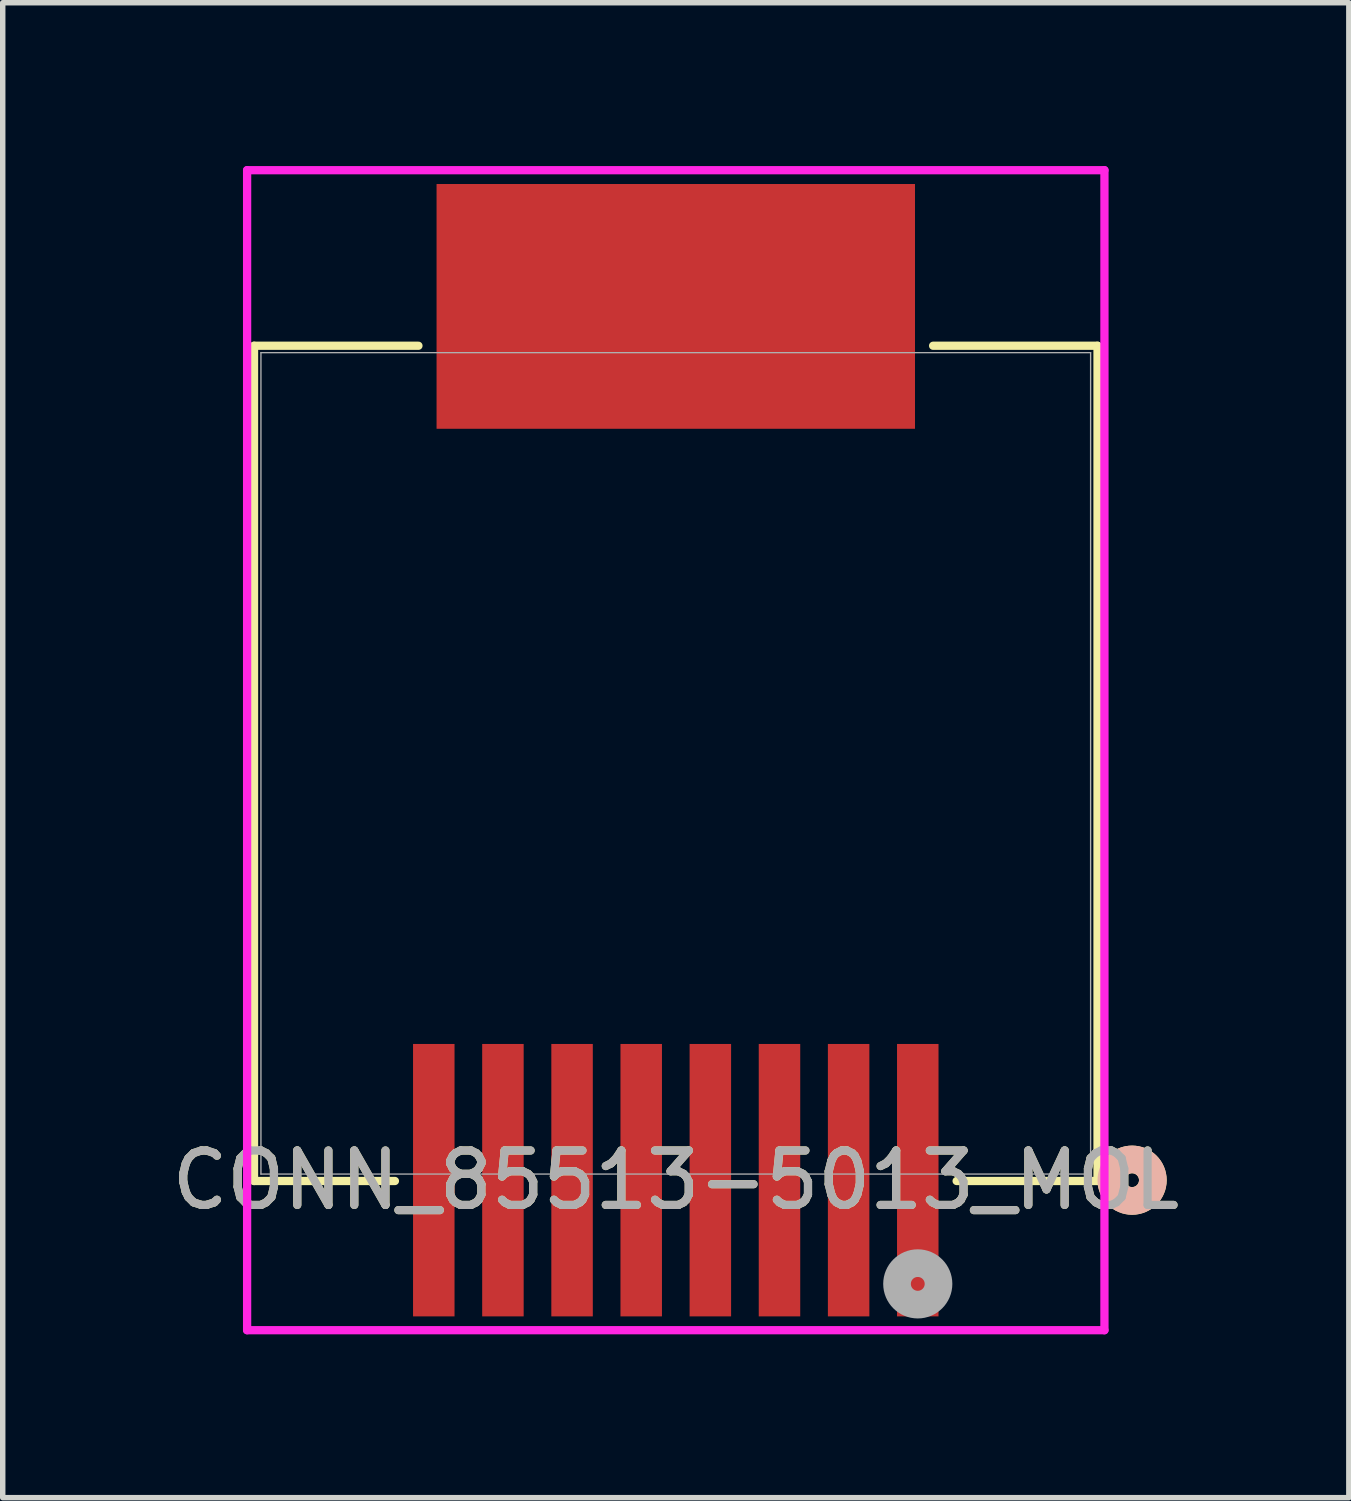
<source format=kicad_pcb>
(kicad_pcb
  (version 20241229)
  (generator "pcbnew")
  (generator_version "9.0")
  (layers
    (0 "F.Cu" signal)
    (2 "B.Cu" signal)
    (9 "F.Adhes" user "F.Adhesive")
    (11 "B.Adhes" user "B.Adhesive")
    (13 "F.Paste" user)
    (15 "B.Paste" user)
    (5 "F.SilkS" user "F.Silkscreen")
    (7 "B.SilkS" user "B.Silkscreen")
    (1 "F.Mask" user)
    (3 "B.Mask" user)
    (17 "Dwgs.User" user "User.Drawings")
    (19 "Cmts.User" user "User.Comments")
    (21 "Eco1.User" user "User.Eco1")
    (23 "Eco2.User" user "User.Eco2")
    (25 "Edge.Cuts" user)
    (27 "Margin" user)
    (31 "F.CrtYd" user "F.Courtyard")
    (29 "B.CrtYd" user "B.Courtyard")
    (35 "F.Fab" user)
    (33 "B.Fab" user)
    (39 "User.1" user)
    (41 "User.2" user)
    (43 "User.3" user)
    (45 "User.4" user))
  (footprint "CONN_85513-5013_MOL"
    (layer "F.Cu")
    (at 9.363 10.972)
    (property "Reference" "CONN_85513-5013_MOL" (at 0 7.656 0) (unlocked yes) (layer "F.SilkS") (effects (font (size 1 1) (thickness 0.15))))
    (attr smd)
    (fp_line (start -7.747 -7.671) (end -7.747 7.671) (stroke (width 0.152) (type solid)) (layer "F.SilkS"))
    (fp_line (start -7.747 7.671) (end -5.159 7.671) (stroke (width 0.152) (type solid)) (layer "F.SilkS"))
    (fp_line (start -4.727 -7.671) (end -7.747 -7.671) (stroke (width 0.152) (type solid)) (layer "F.SilkS"))
    (fp_line (start 5.159 7.671) (end 7.747 7.671) (stroke (width 0.152) (type solid)) (layer "F.SilkS"))
    (fp_line (start 7.747 -7.671) (end 4.727 -7.671) (stroke (width 0.152) (type solid)) (layer "F.SilkS"))
    (fp_line (start 7.747 7.671) (end 7.747 -7.671) (stroke (width 0.152) (type solid)) (layer "F.SilkS"))
    (fp_circle (center 8.382 7.656) (end 8.763 7.656) (stroke (width 0.508) (type solid)) (fill no) (layer "F.SilkS"))
    (fp_circle (center 8.382 7.656) (end 8.763 7.656) (stroke (width 0.508) (type solid)) (fill no) (layer "B.SilkS"))
    (fp_line (start -7.874 -10.896) (end -7.874 10.412) (stroke (width 0.152) (type solid)) (layer "F.CrtYd"))
    (fp_line (start -7.874 10.412) (end 7.874 10.412) (stroke (width 0.152) (type solid)) (layer "F.CrtYd"))
    (fp_line (start 7.874 -10.896) (end -7.874 -10.896) (stroke (width 0.152) (type solid)) (layer "F.CrtYd"))
    (fp_line (start 7.874 10.412) (end 7.874 -10.896) (stroke (width 0.152) (type solid)) (layer "F.CrtYd"))
    (fp_line (start -7.62 -7.544) (end -7.62 7.544) (stroke (width 0.025) (type solid)) (layer "F.Fab"))
    (fp_line (start -7.62 7.544) (end 7.62 7.544) (stroke (width 0.025) (type solid)) (layer "F.Fab"))
    (fp_line (start 7.62 -7.544) (end -7.62 -7.544) (stroke (width 0.025) (type solid)) (layer "F.Fab"))
    (fp_line (start 7.62 7.544) (end 7.62 -7.544) (stroke (width 0.025) (type solid)) (layer "F.Fab"))
    (fp_circle (center 4.445 9.561) (end 4.826 9.561) (stroke (width 0.508) (type solid)) (fill no) (layer "F.Fab"))
    (fp_text user "${REFERENCE}" (at 0 7.656 0) (unlocked yes) (layer "F.Fab") (effects (font (size 1 1) (thickness 0.15))))
    (pad "1" smd rect (at 4.445 7.656) (size 0.762 5.004) (layers "F.Cu" "F.Mask" "F.Paste"))
    (pad "2" smd rect (at 3.175 7.656) (size 0.762 5.004) (layers "F.Cu" "F.Mask" "F.Paste"))
    (pad "3" smd rect (at 1.905 7.656) (size 0.762 5.004) (layers "F.Cu" "F.Mask" "F.Paste"))
    (pad "4" smd rect (at 0.635 7.656) (size 0.762 5.004) (layers "F.Cu" "F.Mask" "F.Paste"))
    (pad "5" smd rect (at -0.635 7.656) (size 0.762 5.004) (layers "F.Cu" "F.Mask" "F.Paste"))
    (pad "6" smd rect (at -1.905 7.656) (size 0.762 5.004) (layers "F.Cu" "F.Mask" "F.Paste"))
    (pad "7" smd rect (at -3.175 7.656) (size 0.762 5.004) (layers "F.Cu" "F.Mask" "F.Paste"))
    (pad "8" smd rect (at -4.445 7.656) (size 0.762 5.004) (layers "F.Cu" "F.Mask" "F.Paste"))
    (pad "9" smd rect (at 0 -8.394) (size 8.788 4.496) (layers "F.Cu" "F.Mask" "F.Paste")))
  (gr_rect
    (start -3 -3)
    (end 21.726 24.46)
    (stroke (width 0.1) (type default))
    (fill no)
    (layer "Edge.Cuts")))
</source>
